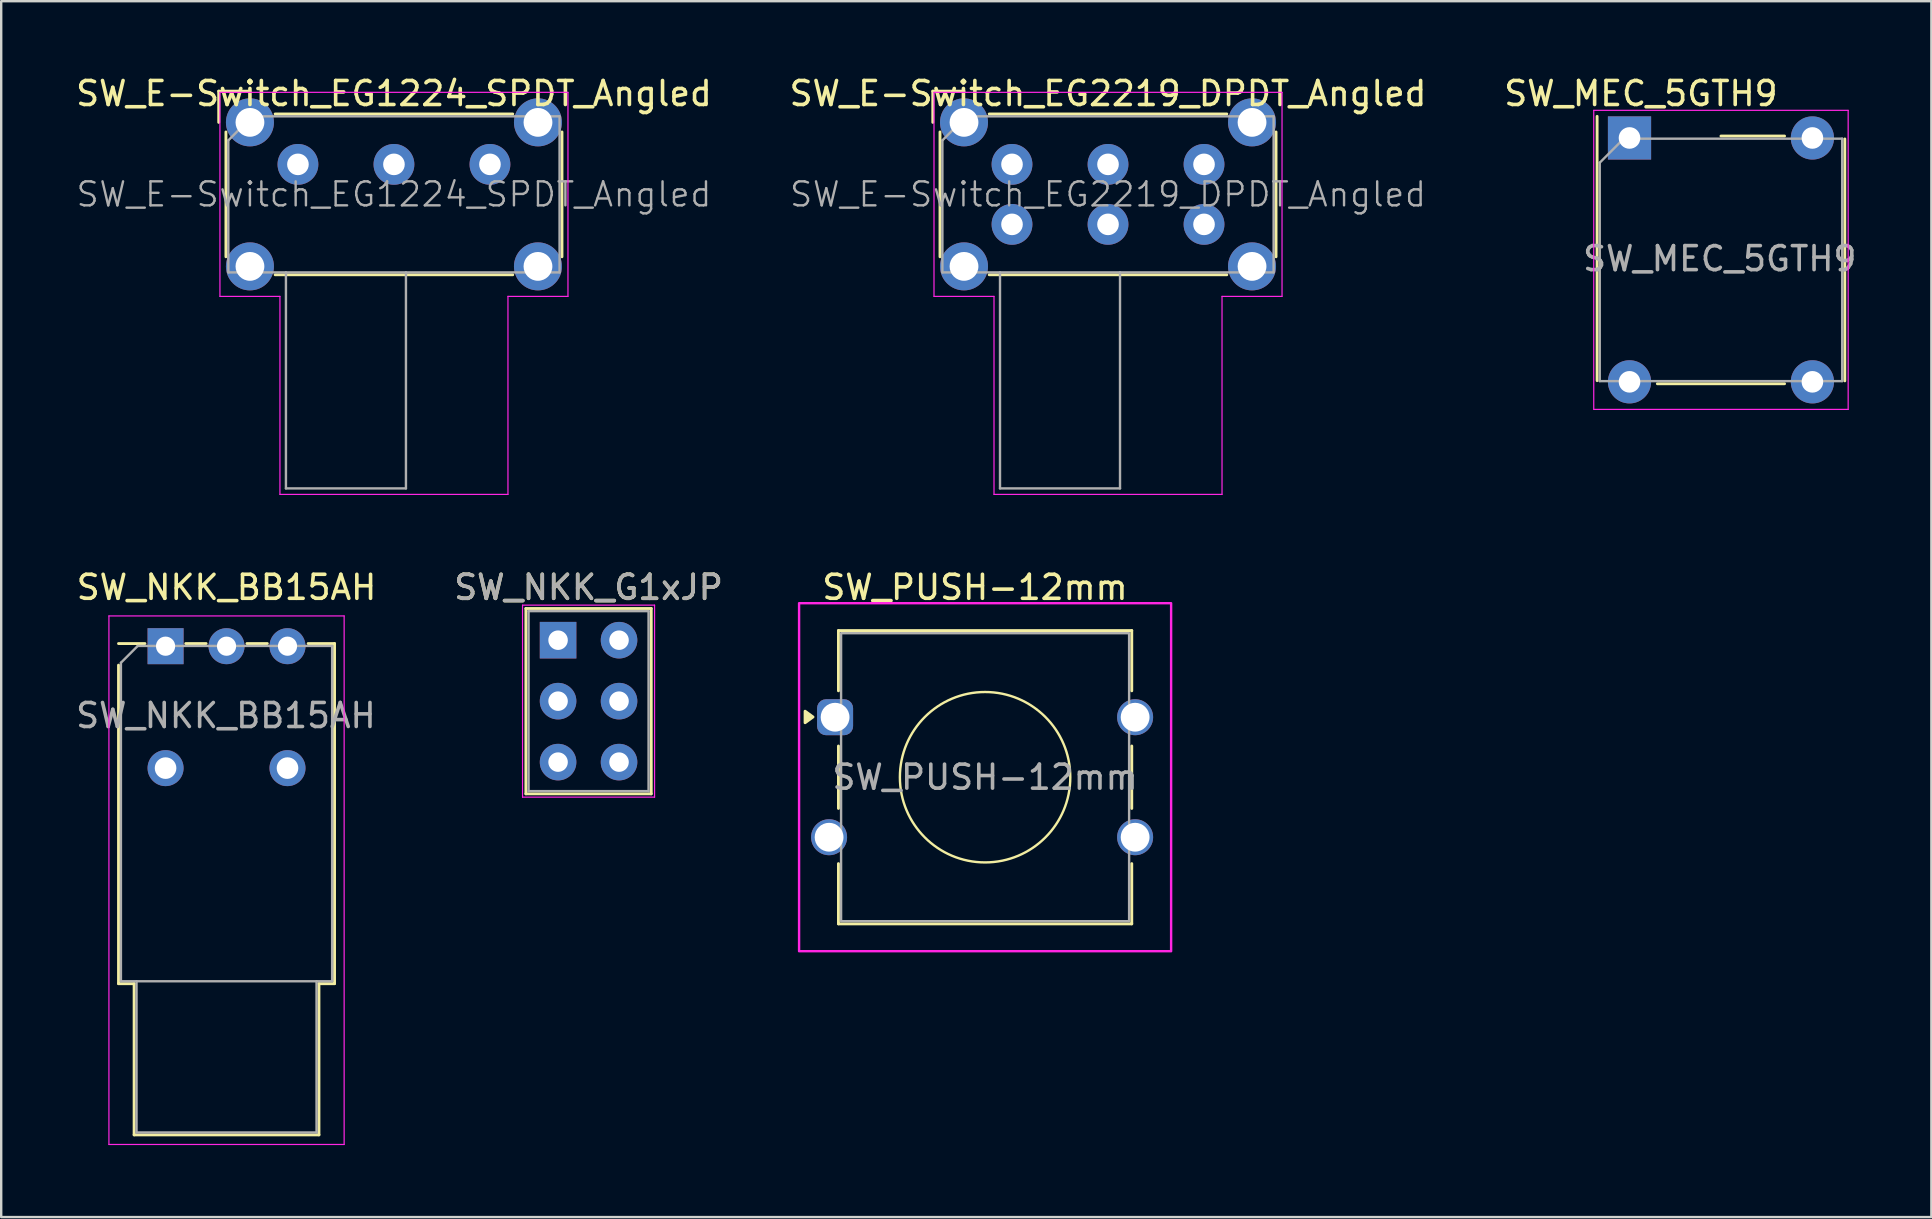
<source format=kicad_pcb>
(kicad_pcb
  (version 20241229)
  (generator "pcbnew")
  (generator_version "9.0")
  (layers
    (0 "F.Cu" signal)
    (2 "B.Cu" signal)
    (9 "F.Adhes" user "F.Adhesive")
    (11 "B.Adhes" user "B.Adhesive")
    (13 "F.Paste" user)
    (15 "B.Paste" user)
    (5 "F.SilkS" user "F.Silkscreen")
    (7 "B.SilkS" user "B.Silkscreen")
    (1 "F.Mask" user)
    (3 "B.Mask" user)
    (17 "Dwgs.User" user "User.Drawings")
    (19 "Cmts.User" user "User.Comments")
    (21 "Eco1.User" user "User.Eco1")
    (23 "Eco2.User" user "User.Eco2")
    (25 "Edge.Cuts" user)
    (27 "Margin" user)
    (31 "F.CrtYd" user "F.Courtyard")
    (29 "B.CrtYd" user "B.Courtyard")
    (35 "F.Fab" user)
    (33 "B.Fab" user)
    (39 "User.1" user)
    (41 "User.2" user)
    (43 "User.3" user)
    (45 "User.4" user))
  (footprint "SW_MEC_5GTH9"
    (layer "F.Cu")
    (at 64.84 2.698)
    (property "Reference" "SW_MEC_5GTH9" (at 0.475 -1.85 180) (layer "F.SilkS") (effects (font (size 1 1) (thickness 0.15))))
    (attr through_hole)
    (fp_line (start -1.35 -0.9) (end -1.35 10.11) (stroke (width 0.12) (type solid)) (layer "F.SilkS"))
    (fp_line (start 1.16 10.24) (end 6.46 10.24) (stroke (width 0.12) (type solid)) (layer "F.SilkS"))
    (fp_line (start 6.46 -0.08) (end 3.81 -0.08) (stroke (width 0.12) (type solid)) (layer "F.SilkS"))
    (fp_line (start 8.97 0.04) (end 8.97 10.12) (stroke (width 0.12) (type solid)) (layer "F.SilkS"))
    (fp_line (start -1.49 -1.15) (end 9.11 -1.15) (stroke (width 0.05) (type solid)) (layer "F.CrtYd"))
    (fp_line (start -1.49 11.3) (end -1.49 -1.15) (stroke (width 0.05) (type solid)) (layer "F.CrtYd"))
    (fp_line (start 9.11 -1.15) (end 9.11 11.31) (stroke (width 0.05) (type solid)) (layer "F.CrtYd"))
    (fp_line (start 9.11 11.31) (end -1.49 11.31) (stroke (width 0.05) (type solid)) (layer "F.CrtYd"))
    (fp_line (start -1.24 10.13) (end -1.24 1.03) (stroke (width 0.1) (type solid)) (layer "F.Fab"))
    (fp_line (start -0.24 0.03) (end -1.24 1.03) (stroke (width 0.1) (type solid)) (layer "F.Fab"))
    (fp_line (start -0.24 0.03) (end 8.86 0.03) (stroke (width 0.1) (type solid)) (layer "F.Fab"))
    (fp_line (start 8.86 0.03) (end 8.86 10.13) (stroke (width 0.1) (type solid)) (layer "F.Fab"))
    (fp_line (start 8.86 10.13) (end -1.24 10.13) (stroke (width 0.1) (type solid)) (layer "F.Fab"))
    (fp_text user "${REFERENCE}" (at 3.76 5.03 180) (layer "F.Fab") (effects (font (size 1 1) (thickness 0.15))))
    (pad "1" thru_hole rect (at 0 0 90) (size 1.8 1.8) (drill 0.9) (layers "*.Cu" "*.Mask"))
    (pad "1" thru_hole circle (at 0 10.16 90) (size 1.8 1.8) (drill 0.9) (layers "*.Cu" "*.Mask"))
    (pad "2" thru_hole circle (at 7.62 0 90) (size 1.8 1.8) (drill 0.9) (layers "*.Cu" "*.Mask"))
    (pad "2" thru_hole circle (at 7.62 10.16 90) (size 1.8 1.8) (drill 0.9) (layers "*.Cu" "*.Mask")))
  (footprint "SW_PUSH-12mm"
    (layer "F.Cu")
    (at 31.742 26.831)
    (property "Reference" "SW_PUSH-12mm" (at 5.83 -5.41 0) (layer "F.SilkS") (effects (font (size 1 1) (thickness 0.15))))
    (attr through_hole)
    (fp_line (start 0.14 -3.61) (end 0.14 -1.1) (stroke (width 0.12) (type default)) (layer "F.SilkS"))
    (fp_line (start 0.14 -3.61) (end 12.36 -3.61) (stroke (width 0.12) (type default)) (layer "F.SilkS"))
    (fp_line (start 0.14 1.2) (end 0.14 3.8) (stroke (width 0.12) (type default)) (layer "F.SilkS"))
    (fp_line (start 0.14 6.1) (end 0.14 8.61) (stroke (width 0.12) (type default)) (layer "F.SilkS"))
    (fp_line (start 12.36 -3.61) (end 12.36 -1.1) (stroke (width 0.12) (type default)) (layer "F.SilkS"))
    (fp_line (start 12.36 1.2) (end 12.36 3.8) (stroke (width 0.12) (type default)) (layer "F.SilkS"))
    (fp_line (start 12.36 6.1) (end 12.36 8.61) (stroke (width 0.12) (type default)) (layer "F.SilkS"))
    (fp_line (start 12.36 8.61) (end 0.14 8.61) (stroke (width 0.12) (type default)) (layer "F.SilkS"))
    (fp_circle (center 6.25 2.5) (end 9.8 2.5) (stroke (width 0.1) (type default)) (fill no) (layer "F.SilkS"))
    (fp_poly (pts (xy -0.92 -0.01) (xy -1.25 0.23) (xy -1.25 -0.25) (xy -0.92 -0.01)) (stroke (width 0.12) (type solid)) (fill yes) (layer "F.SilkS"))
    (fp_rect (start -1.5 -4.75) (end 14 9.75) (stroke (width 0.1) (type default)) (fill no) (layer "F.CrtYd"))
    (fp_rect (start 0.25 -3.5) (end 12.25 8.5) (stroke (width 0.1) (type default)) (fill no) (layer "F.Fab"))
    (fp_text user "${REFERENCE}" (at 6.25 2.5 0) (unlocked yes) (layer "F.Fab") (effects (font (size 1 1) (thickness 0.15))))
    (pad "1" thru_hole roundrect (at 0 0) (size 1.5 1.5) (drill 1.2) (layers "*.Cu" "*.Mask") (roundrect_rratio 0.25))
    (pad "1" thru_hole circle (at 12.5 0) (size 1.5 1.5) (drill 1.2) (layers "*.Cu" "*.Mask"))
    (pad "2" thru_hole circle (at -0.25 5) (size 1.5 1.5) (drill 1.2) (layers "*.Cu" "*.Mask"))
    (pad "2" thru_hole circle (at 12.5 5) (size 1.5 1.5) (drill 1.2) (layers "*.Cu" "*.Mask")))
  (footprint "SW_NKK_BB15AH"
    (layer "F.Cu")
    (at 3.848 23.872)
    (property "Reference" "SW_NKK_BB15AH" (at 2.54 -2.45 0) (layer "F.SilkS") (effects (font (size 1 1) (thickness 0.15))))
    (attr through_hole)
    (fp_line (start -1.96 0.79) (end -1.96 14.06) (stroke (width 0.12) (type solid)) (layer "F.SilkS"))
    (fp_line (start -1.96 14.06) (end -1.31 14.06) (stroke (width 0.12) (type solid)) (layer "F.SilkS"))
    (fp_line (start -1.31 14.06) (end -1.31 20.36) (stroke (width 0.12) (type solid)) (layer "F.SilkS"))
    (fp_line (start -1.31 20.36) (end 6.39 20.36) (stroke (width 0.12) (type solid)) (layer "F.SilkS"))
    (fp_line (start -0.86 -0.11) (end -1.96 -0.11) (stroke (width 0.12) (type solid)) (layer "F.SilkS"))
    (fp_line (start 0.84 -0.11) (end 1.69 -0.11) (stroke (width 0.12) (type solid)) (layer "F.SilkS"))
    (fp_line (start 3.39 -0.11) (end 4.24 -0.11) (stroke (width 0.12) (type solid)) (layer "F.SilkS"))
    (fp_line (start 6.39 14.06) (end 7.04 14.06) (stroke (width 0.12) (type solid)) (layer "F.SilkS"))
    (fp_line (start 6.39 20.36) (end 6.39 14.06) (stroke (width 0.12) (type solid)) (layer "F.SilkS"))
    (fp_line (start 7.04 -0.11) (end 5.94 -0.11) (stroke (width 0.12) (type solid)) (layer "F.SilkS"))
    (fp_line (start 7.04 14.06) (end 7.04 -0.11) (stroke (width 0.12) (type solid)) (layer "F.SilkS"))
    (fp_line (start -2.36 20.76) (end -2.36 -1.26) (stroke (width 0.05) (type solid)) (layer "F.CrtYd"))
    (fp_line (start -2.36 20.76) (end 7.44 20.76) (stroke (width 0.05) (type solid)) (layer "F.CrtYd"))
    (fp_line (start 7.44 -1.26) (end -2.36 -1.26) (stroke (width 0.05) (type solid)) (layer "F.CrtYd"))
    (fp_line (start 7.44 20.76) (end 7.44 -1.26) (stroke (width 0.05) (type solid)) (layer "F.CrtYd"))
    (fp_line (start -1.86 0.69) (end -1.16 -0.01) (stroke (width 0.1) (type solid)) (layer "F.Fab"))
    (fp_line (start -1.86 13.96) (end -1.86 0.69) (stroke (width 0.1) (type solid)) (layer "F.Fab"))
    (fp_line (start -1.21 13.96) (end -1.21 20.26) (stroke (width 0.1) (type solid)) (layer "F.Fab"))
    (fp_line (start 6.29 13.96) (end 6.29 20.26) (stroke (width 0.1) (type solid)) (layer "F.Fab"))
    (fp_line (start 6.29 20.26) (end -1.21 20.26) (stroke (width 0.1) (type solid)) (layer "F.Fab"))
    (fp_line (start 6.94 -0.01) (end -1.16 -0.01) (stroke (width 0.1) (type solid)) (layer "F.Fab"))
    (fp_line (start 6.94 13.96) (end -1.86 13.96) (stroke (width 0.1) (type solid)) (layer "F.Fab"))
    (fp_line (start 6.94 13.96) (end 6.94 -0.01) (stroke (width 0.1) (type solid)) (layer "F.Fab"))
    (fp_text user "${REFERENCE}" (at 2.515 2.89 0) (layer "F.Fab") (effects (font (size 1 1) (thickness 0.15))))
    (pad "" thru_hole circle (at 0 5.08) (size 1.5 1.5) (drill 0.9) (layers "*.Cu" "*.Mask"))
    (pad "" thru_hole circle (at 5.08 5.08) (size 1.5 1.5) (drill 0.9) (layers "*.Cu" "*.Mask"))
    (pad "1" thru_hole rect (at 0 0) (size 1.5 1.5) (drill 0.8) (layers "*.Cu" "*.Mask"))
    (pad "2" thru_hole circle (at 2.54 0) (size 1.5 1.5) (drill 0.8) (layers "*.Cu" "*.Mask"))
    (pad "3" thru_hole circle (at 5.08 0) (size 1.5 1.5) (drill 0.8) (layers "*.Cu" "*.Mask")))
  (footprint "SW_E-Switch_EG2219_DPDT_Angled"
    (layer "F.Cu")
    (at 39.113 3.798)
    (property "Reference" "SW_E-Switch_EG2219_DPDT_Angled" (at 4 -2.95 0) (layer "F.SilkS") (effects (font (size 1 1) (thickness 0.15))))
    (attr through_hole)
    (fp_line (start -3.3 -3.05) (end -2 -3.05) (stroke (width 0.12) (type solid)) (layer "F.SilkS"))
    (fp_line (start -3.3 -1.75) (end -3.3 -3.05) (stroke (width 0.12) (type solid)) (layer "F.SilkS"))
    (fp_line (start -3 3.85) (end -3 -1.35) (stroke (width 0.12) (type solid)) (layer "F.SilkS"))
    (fp_line (start -0.95 -2.1) (end 8.95 -2.1) (stroke (width 0.12) (type solid)) (layer "F.SilkS"))
    (fp_line (start 8.95 4.6) (end -0.95 4.6) (stroke (width 0.12) (type solid)) (layer "F.SilkS"))
    (fp_line (start 11 -1.35) (end 11 3.85) (stroke (width 0.12) (type solid)) (layer "F.SilkS"))
    (fp_line (start -3.25 -3) (end 11.25 -3) (stroke (width 0.05) (type solid)) (layer "F.CrtYd"))
    (fp_line (start -3.25 5.5) (end -3.25 -3) (stroke (width 0.05) (type solid)) (layer "F.CrtYd"))
    (fp_line (start -0.75 5.5) (end -3.25 5.5) (stroke (width 0.05) (type solid)) (layer "F.CrtYd"))
    (fp_line (start -0.75 13.75) (end -0.75 5.5) (stroke (width 0.05) (type solid)) (layer "F.CrtYd"))
    (fp_line (start 8.75 5.5) (end 8.75 13.75) (stroke (width 0.05) (type solid)) (layer "F.CrtYd"))
    (fp_line (start 8.75 13.75) (end -0.75 13.75) (stroke (width 0.05) (type solid)) (layer "F.CrtYd"))
    (fp_line (start 11.25 -3) (end 11.25 5.5) (stroke (width 0.05) (type solid)) (layer "F.CrtYd"))
    (fp_line (start 11.25 5.5) (end 8.75 5.5) (stroke (width 0.05) (type solid)) (layer "F.CrtYd"))
    (fp_line (start -2.9 4.5) (end -2.9 -1) (stroke (width 0.1) (type solid)) (layer "F.Fab"))
    (fp_line (start -1.9 -2) (end -2.9 -1) (stroke (width 0.1) (type solid)) (layer "F.Fab"))
    (fp_line (start -1.9 -2) (end 10.9 -2) (stroke (width 0.1) (type solid)) (layer "F.Fab"))
    (fp_line (start -0.5 13.5) (end -0.5 4.5) (stroke (width 0.1) (type solid)) (layer "F.Fab"))
    (fp_line (start 4.5 4.5) (end 4.5 13.5) (stroke (width 0.1) (type solid)) (layer "F.Fab"))
    (fp_line (start 4.5 13.5) (end -0.5 13.5) (stroke (width 0.1) (type solid)) (layer "F.Fab"))
    (fp_line (start 10.9 -2) (end 10.9 4.5) (stroke (width 0.1) (type solid)) (layer "F.Fab"))
    (fp_line (start 10.9 4.5) (end -2.9 4.5) (stroke (width 0.1) (type solid)) (layer "F.Fab"))
    (fp_text user "${REFERENCE}" (at 4 1.25 0) (layer "F.Fab") (effects (font (size 1 1) (thickness 0.1))))
    (pad "" thru_hole circle (at -2 -1.75) (size 2 2) (drill 1.2) (layers "*.Cu" "*.Mask"))
    (pad "" thru_hole circle (at -2 4.25) (size 2 2) (drill 1.2) (layers "*.Cu" "*.Mask"))
    (pad "" thru_hole circle (at 10 -1.75) (size 2 2) (drill 1.2) (layers "*.Cu" "*.Mask"))
    (pad "" thru_hole circle (at 10 4.25) (size 2 2) (drill 1.2) (layers "*.Cu" "*.Mask"))
    (pad "1" thru_hole circle (at 0 0) (size 1.7 1.7) (drill 0.9) (layers "*.Cu" "*.Mask"))
    (pad "2" thru_hole circle (at 4 0) (size 1.7 1.7) (drill 0.9) (layers "*.Cu" "*.Mask"))
    (pad "3" thru_hole circle (at 8 0) (size 1.7 1.7) (drill 0.9) (layers "*.Cu" "*.Mask"))
    (pad "4" thru_hole circle (at 0 2.5) (size 1.7 1.7) (drill 0.9) (layers "*.Cu" "*.Mask"))
    (pad "5" thru_hole circle (at 4 2.5) (size 1.7 1.7) (drill 0.9) (layers "*.Cu" "*.Mask"))
    (pad "6" thru_hole circle (at 8 2.5) (size 1.7 1.7) (drill 0.9) (layers "*.Cu" "*.Mask")))
  (footprint "SW_E-Switch_EG1224_SPDT_Angled"
    (layer "F.Cu")
    (at 9.363 3.798)
    (property "Reference" "SW_E-Switch_EG1224_SPDT_Angled" (at 4 -2.95 0) (layer "F.SilkS") (effects (font (size 1 1) (thickness 0.15))))
    (attr through_hole)
    (fp_line (start -3.3 -3.05) (end -2 -3.05) (stroke (width 0.12) (type solid)) (layer "F.SilkS"))
    (fp_line (start -3.3 -1.75) (end -3.3 -3.05) (stroke (width 0.12) (type solid)) (layer "F.SilkS"))
    (fp_line (start -3 3.85) (end -3 -1.35) (stroke (width 0.12) (type solid)) (layer "F.SilkS"))
    (fp_line (start -0.95 -2.1) (end 8.95 -2.1) (stroke (width 0.12) (type solid)) (layer "F.SilkS"))
    (fp_line (start 8.95 4.6) (end -0.95 4.6) (stroke (width 0.12) (type solid)) (layer "F.SilkS"))
    (fp_line (start 11 -1.35) (end 11 3.85) (stroke (width 0.12) (type solid)) (layer "F.SilkS"))
    (fp_line (start -3.25 -3) (end 11.25 -3) (stroke (width 0.05) (type solid)) (layer "F.CrtYd"))
    (fp_line (start -3.25 5.5) (end -3.25 -3) (stroke (width 0.05) (type solid)) (layer "F.CrtYd"))
    (fp_line (start -0.75 5.5) (end -3.25 5.5) (stroke (width 0.05) (type solid)) (layer "F.CrtYd"))
    (fp_line (start -0.75 13.75) (end -0.75 5.5) (stroke (width 0.05) (type solid)) (layer "F.CrtYd"))
    (fp_line (start 8.75 5.5) (end 8.75 13.75) (stroke (width 0.05) (type solid)) (layer "F.CrtYd"))
    (fp_line (start 8.75 13.75) (end -0.75 13.75) (stroke (width 0.05) (type solid)) (layer "F.CrtYd"))
    (fp_line (start 11.25 -3) (end 11.25 5.5) (stroke (width 0.05) (type solid)) (layer "F.CrtYd"))
    (fp_line (start 11.25 5.5) (end 8.75 5.5) (stroke (width 0.05) (type solid)) (layer "F.CrtYd"))
    (fp_line (start -2.9 4.5) (end -2.9 -1) (stroke (width 0.1) (type solid)) (layer "F.Fab"))
    (fp_line (start -1.9 -2) (end -2.9 -1) (stroke (width 0.1) (type solid)) (layer "F.Fab"))
    (fp_line (start -1.9 -2) (end 10.9 -2) (stroke (width 0.1) (type solid)) (layer "F.Fab"))
    (fp_line (start -0.5 13.5) (end -0.5 4.5) (stroke (width 0.1) (type solid)) (layer "F.Fab"))
    (fp_line (start 4.5 4.5) (end 4.5 13.5) (stroke (width 0.1) (type solid)) (layer "F.Fab"))
    (fp_line (start 4.5 13.5) (end -0.5 13.5) (stroke (width 0.1) (type solid)) (layer "F.Fab"))
    (fp_line (start 10.9 -2) (end 10.9 4.5) (stroke (width 0.1) (type solid)) (layer "F.Fab"))
    (fp_line (start 10.9 4.5) (end -2.9 4.5) (stroke (width 0.1) (type solid)) (layer "F.Fab"))
    (fp_text user "${REFERENCE}" (at 4 1.25 0) (layer "F.Fab") (effects (font (size 1 1) (thickness 0.1))))
    (pad "" thru_hole circle (at -2 -1.75) (size 2 2) (drill 1.2) (layers "*.Cu" "*.Mask"))
    (pad "" thru_hole circle (at -2 4.25) (size 2 2) (drill 1.2) (layers "*.Cu" "*.Mask"))
    (pad "" thru_hole circle (at 10 -1.75) (size 2 2) (drill 1.2) (layers "*.Cu" "*.Mask"))
    (pad "" thru_hole circle (at 10 4.25) (size 2 2) (drill 1.2) (layers "*.Cu" "*.Mask"))
    (pad "1" thru_hole circle (at 0 0) (size 1.7 1.7) (drill 0.9) (layers "*.Cu" "*.Mask"))
    (pad "2" thru_hole circle (at 4 0) (size 1.7 1.7) (drill 0.9) (layers "*.Cu" "*.Mask"))
    (pad "3" thru_hole circle (at 8 0) (size 1.7 1.7) (drill 0.9) (layers "*.Cu" "*.Mask")))
  (footprint "SW_NKK_G1xJP"
    (layer "F.Cu")
    (at 20.201 23.622)
    (property "Reference" "SW_NKK_G1xJP" (at 1.27 -2.2 0) (layer "F.SilkS") (effects (font (size 1 1) (thickness 0.15))))
    (attr through_hole)
    (fp_line (start -1.341 -1.321) (end 3.881 -1.321) (stroke (width 0.12) (type solid)) (layer "F.SilkS"))
    (fp_line (start -1.341 6.401) (end -1.341 -1.321) (stroke (width 0.12) (type solid)) (layer "F.SilkS"))
    (fp_line (start -1.341 6.401) (end 3.881 6.401) (stroke (width 0.12) (type solid)) (layer "F.SilkS"))
    (fp_line (start 3.881 -1.321) (end 3.881 6.401) (stroke (width 0.12) (type solid)) (layer "F.SilkS"))
    (fp_line (start -1.48 6.54) (end -1.48 -1.46) (stroke (width 0.05) (type solid)) (layer "F.CrtYd"))
    (fp_line (start -1.48 6.54) (end 4.02 6.54) (stroke (width 0.05) (type solid)) (layer "F.CrtYd"))
    (fp_line (start 4.02 -1.46) (end -1.48 -1.46) (stroke (width 0.05) (type solid)) (layer "F.CrtYd"))
    (fp_line (start 4.02 -1.46) (end 4.02 6.54) (stroke (width 0.05) (type solid)) (layer "F.CrtYd"))
    (fp_line (start -1.23 -1.21) (end 3.77 -1.21) (stroke (width 0.1) (type solid)) (layer "F.Fab"))
    (fp_line (start -1.23 6.29) (end -1.23 -1.21) (stroke (width 0.1) (type solid)) (layer "F.Fab"))
    (fp_line (start -1.23 6.29) (end 3.77 6.29) (stroke (width 0.1) (type solid)) (layer "F.Fab"))
    (fp_line (start 3.77 6.29) (end 3.77 -1.21) (stroke (width 0.1) (type solid)) (layer "F.Fab"))
    (fp_text user "${REFERENCE}" (at 1.27 -2.2 0) (layer "F.Fab") (effects (font (size 1 1) (thickness 0.15))))
    (pad "1" thru_hole rect (at 0 0) (size 1.524 1.524) (drill 0.813) (layers "*.Cu" "*.Mask"))
    (pad "2" thru_hole circle (at 0 2.54) (size 1.524 1.524) (drill 0.813) (layers "*.Cu" "*.Mask"))
    (pad "3" thru_hole circle (at 0 5.08) (size 1.524 1.524) (drill 0.813) (layers "*.Cu" "*.Mask"))
    (pad "4" thru_hole circle (at 2.54 5.08) (size 1.524 1.524) (drill 0.813) (layers "*.Cu" "*.Mask"))
    (pad "5" thru_hole circle (at 2.54 2.54) (size 1.524 1.524) (drill 0.813) (layers "*.Cu" "*.Mask"))
    (pad "6" thru_hole circle (at 2.54 0) (size 1.524 1.524) (drill 0.813) (layers "*.Cu" "*.Mask")))
  (gr_rect
    (start -3 -3)
    (end 77.416 47.657)
    (stroke (width 0.1) (type default))
    (fill no)
    (layer "Edge.Cuts")))
</source>
